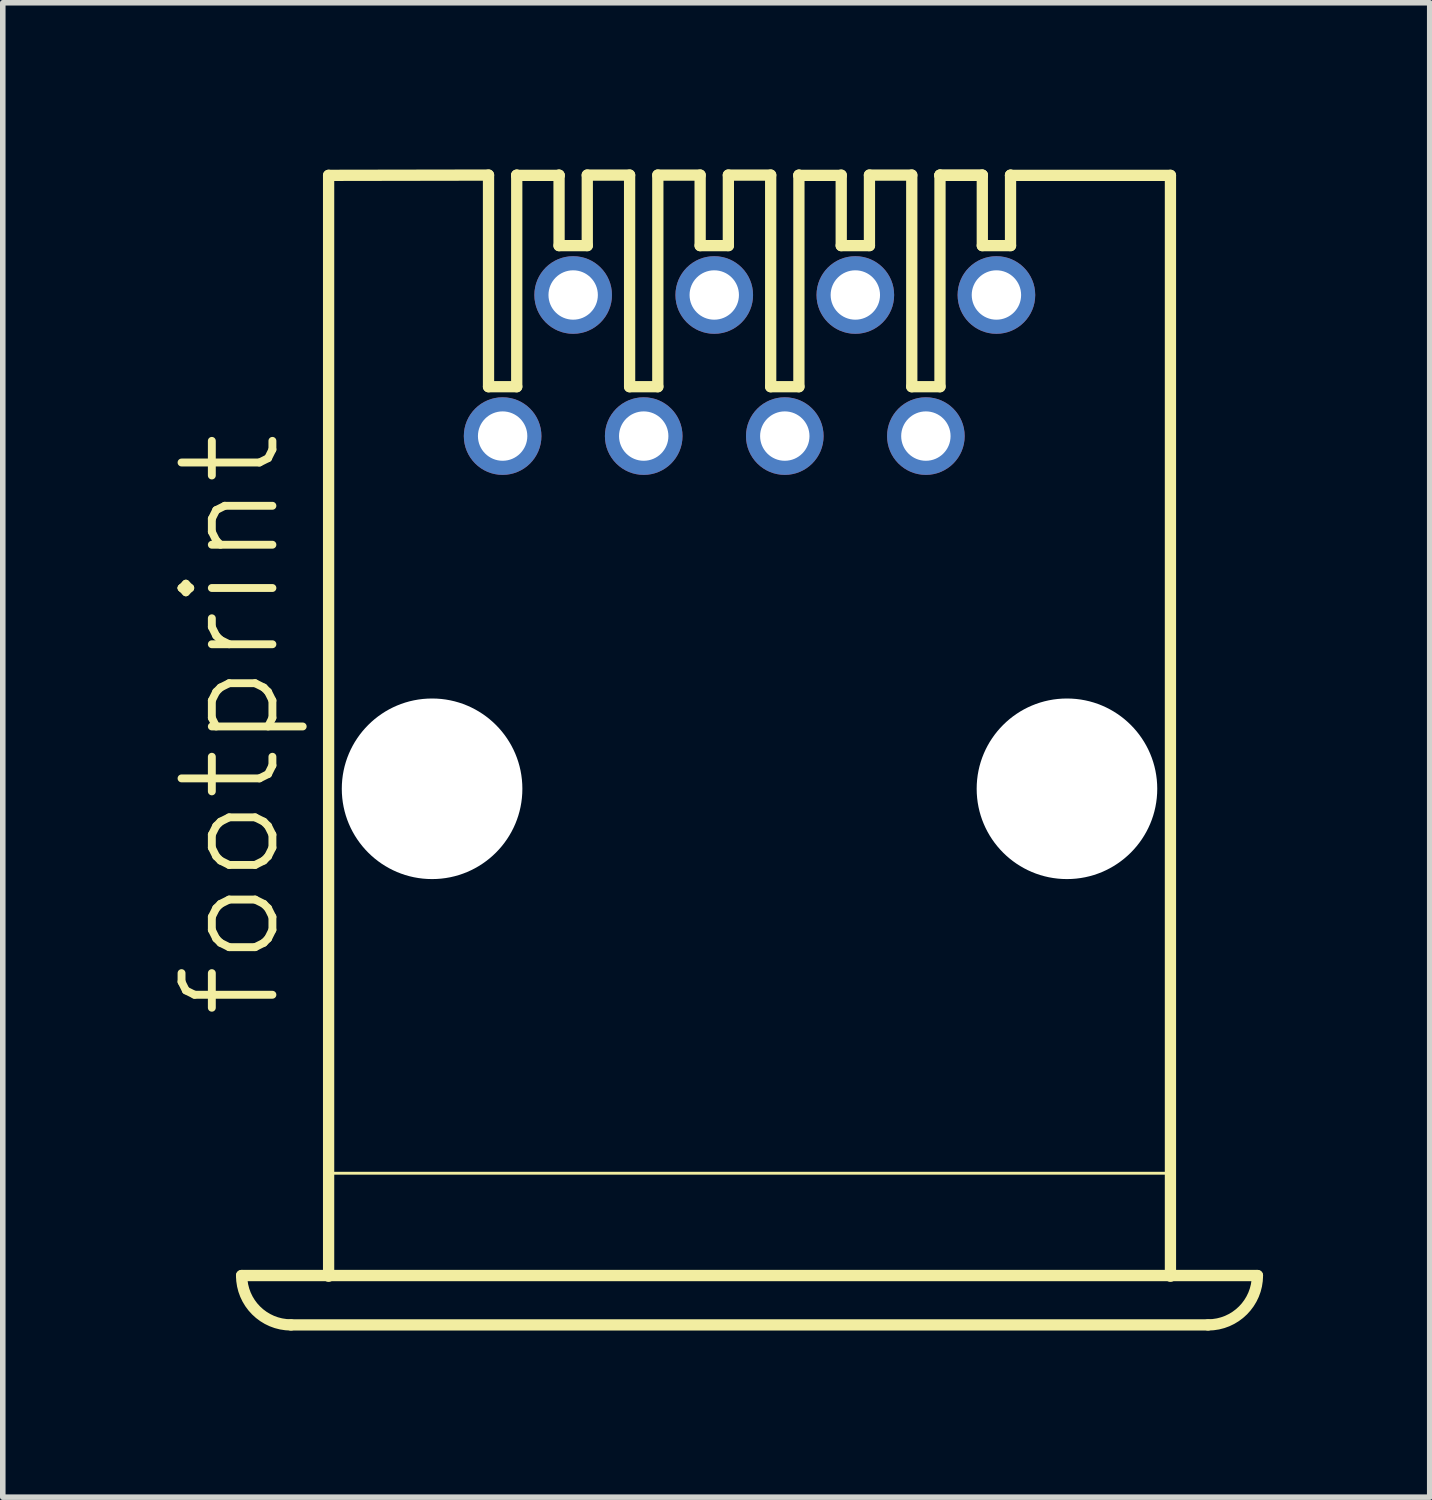
<source format=kicad_pcb>
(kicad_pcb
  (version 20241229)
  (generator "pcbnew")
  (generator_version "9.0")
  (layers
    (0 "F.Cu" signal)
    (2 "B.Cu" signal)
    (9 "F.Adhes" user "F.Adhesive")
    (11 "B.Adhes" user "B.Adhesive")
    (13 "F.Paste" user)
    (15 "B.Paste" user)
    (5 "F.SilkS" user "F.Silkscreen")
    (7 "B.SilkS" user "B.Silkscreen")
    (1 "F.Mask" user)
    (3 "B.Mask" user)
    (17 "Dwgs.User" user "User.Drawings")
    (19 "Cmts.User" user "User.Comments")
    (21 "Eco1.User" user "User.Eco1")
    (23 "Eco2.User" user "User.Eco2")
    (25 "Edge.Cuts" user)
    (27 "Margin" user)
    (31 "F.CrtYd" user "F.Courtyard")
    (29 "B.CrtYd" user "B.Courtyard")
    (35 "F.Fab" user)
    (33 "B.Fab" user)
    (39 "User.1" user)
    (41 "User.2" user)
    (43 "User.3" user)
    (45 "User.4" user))
  (footprint "footprint"
    (layer "F.Cu")
    (at 10.444 11.151)
    (property "Reference" "footprint" (at -8.382 4.191 90) (layer "F.SilkS") (effects (font (size 1.636 1.636) (thickness 0.142)) (justify left bottom)))
    (fp_line (start -7.578 -11.044) (end -4.699 -11.049) (stroke (width 0.203) (type solid)) (layer "F.SilkS"))
    (fp_line (start -7.578 8.776) (end -7.578 -11.044) (stroke (width 0.203) (type solid)) (layer "F.SilkS"))
    (fp_line (start -4.699 -11.049) (end -4.699 -7.239) (stroke (width 0.203) (type solid)) (layer "F.SilkS"))
    (fp_line (start -4.699 -7.239) (end -4.191 -7.239) (stroke (width 0.203) (type solid)) (layer "F.SilkS"))
    (fp_line (start -4.191 -11.049) (end -4.191 -11.044) (stroke (width 0.203) (type solid)) (layer "F.SilkS"))
    (fp_line (start -4.191 -11.044) (end -4.191 -7.239) (stroke (width 0.203) (type solid)) (layer "F.SilkS"))
    (fp_line (start -4.191 -11.044) (end -3.429 -11.044) (stroke (width 0.203) (type solid)) (layer "F.SilkS"))
    (fp_line (start -3.429 -11.049) (end -3.429 -11.044) (stroke (width 0.203) (type solid)) (layer "F.SilkS"))
    (fp_line (start -3.429 -11.044) (end -3.429 -9.779) (stroke (width 0.203) (type solid)) (layer "F.SilkS"))
    (fp_line (start -3.429 -9.779) (end -2.921 -9.779) (stroke (width 0.203) (type solid)) (layer "F.SilkS"))
    (fp_line (start -2.921 -11.049) (end -2.921 -9.779) (stroke (width 0.203) (type solid)) (layer "F.SilkS"))
    (fp_line (start -2.921 -11.049) (end -2.159 -11.049) (stroke (width 0.203) (type solid)) (layer "F.SilkS"))
    (fp_line (start -2.159 -11.049) (end -2.159 -7.239) (stroke (width 0.203) (type solid)) (layer "F.SilkS"))
    (fp_line (start -2.159 -7.239) (end -1.651 -7.239) (stroke (width 0.203) (type solid)) (layer "F.SilkS"))
    (fp_line (start -1.651 -11.049) (end -1.651 -7.239) (stroke (width 0.203) (type solid)) (layer "F.SilkS"))
    (fp_line (start -1.651 -11.049) (end -0.889 -11.049) (stroke (width 0.203) (type solid)) (layer "F.SilkS"))
    (fp_line (start -0.889 -11.049) (end -0.889 -9.779) (stroke (width 0.203) (type solid)) (layer "F.SilkS"))
    (fp_line (start -0.889 -9.779) (end -0.381 -9.779) (stroke (width 0.203) (type solid)) (layer "F.SilkS"))
    (fp_line (start -0.381 -11.049) (end -0.381 -9.779) (stroke (width 0.203) (type solid)) (layer "F.SilkS"))
    (fp_line (start -0.381 -11.049) (end 0.381 -11.049) (stroke (width 0.203) (type solid)) (layer "F.SilkS"))
    (fp_line (start 0.381 -11.049) (end 0.381 -7.239) (stroke (width 0.203) (type solid)) (layer "F.SilkS"))
    (fp_line (start 0.381 -7.239) (end 0.889 -7.239) (stroke (width 0.203) (type solid)) (layer "F.SilkS"))
    (fp_line (start 0.889 -11.049) (end 0.889 -11.044) (stroke (width 0.203) (type solid)) (layer "F.SilkS"))
    (fp_line (start 0.889 -11.044) (end 0.889 -7.239) (stroke (width 0.203) (type solid)) (layer "F.SilkS"))
    (fp_line (start 0.889 -11.044) (end 1.651 -11.044) (stroke (width 0.203) (type solid)) (layer "F.SilkS"))
    (fp_line (start 1.651 -11.049) (end 1.651 -9.779) (stroke (width 0.203) (type solid)) (layer "F.SilkS"))
    (fp_line (start 1.651 -9.779) (end 2.159 -9.779) (stroke (width 0.203) (type solid)) (layer "F.SilkS"))
    (fp_line (start 2.159 -11.049) (end 2.159 -9.779) (stroke (width 0.203) (type solid)) (layer "F.SilkS"))
    (fp_line (start 2.159 -11.049) (end 2.921 -11.049) (stroke (width 0.203) (type solid)) (layer "F.SilkS"))
    (fp_line (start 2.921 -11.049) (end 2.921 -7.239) (stroke (width 0.203) (type solid)) (layer "F.SilkS"))
    (fp_line (start 2.921 -7.239) (end 3.429 -7.239) (stroke (width 0.203) (type solid)) (layer "F.SilkS"))
    (fp_line (start 3.429 -11.049) (end 3.429 -11.044) (stroke (width 0.203) (type solid)) (layer "F.SilkS"))
    (fp_line (start 3.429 -11.049) (end 4.191 -11.049) (stroke (width 0.203) (type solid)) (layer "F.SilkS"))
    (fp_line (start 3.429 -11.044) (end 3.429 -7.239) (stroke (width 0.203) (type solid)) (layer "F.SilkS"))
    (fp_line (start 3.429 -11.044) (end 4.191 -11.044) (stroke (width 0.203) (type solid)) (layer "F.SilkS"))
    (fp_line (start 4.191 -11.049) (end 4.191 -9.779) (stroke (width 0.203) (type solid)) (layer "F.SilkS"))
    (fp_line (start 4.191 -9.779) (end 4.699 -9.779) (stroke (width 0.203) (type solid)) (layer "F.SilkS"))
    (fp_line (start 4.699 -11.049) (end 4.699 -11.044) (stroke (width 0.203) (type solid)) (layer "F.SilkS"))
    (fp_line (start 4.699 -11.044) (end 4.699 -9.779) (stroke (width 0.203) (type solid)) (layer "F.SilkS"))
    (fp_line (start 4.699 -11.044) (end 7.578 -11.044) (stroke (width 0.203) (type solid)) (layer "F.SilkS"))
    (fp_line (start 7.556 6.921) (end -7.556 6.921) (stroke (width 0.051) (type solid)) (layer "F.SilkS"))
    (fp_line (start 7.578 -11.044) (end 7.578 8.776) (stroke (width 0.203) (type solid)) (layer "F.SilkS"))
    (fp_line (start 8.255 9.652) (end -8.255 9.652) (stroke (width 0.203) (type solid)) (layer "F.SilkS"))
    (fp_line (start 9.144 8.763) (end -9.144 8.763) (stroke (width 0.203) (type solid)) (layer "F.SilkS"))
    (fp_arc (start -8.255 9.652) (mid -8.883618 9.391618) (end -9.144 8.763) (stroke (width 0.2032) (type solid)) (layer "F.SilkS"))
    (fp_arc (start 9.144 8.763) (mid 8.883618 9.391618) (end 8.255 9.652) (stroke (width 0.2032) (type solid)) (layer "F.SilkS"))
    (pad "" np_thru_hole circle (at -5.715 0) (size 3.251 3.251) (drill 3.251) (layers "*.Cu" "*.Mask"))
    (pad "" np_thru_hole circle (at 5.715 0) (size 3.251 3.251) (drill 3.251) (layers "*.Cu" "*.Mask"))
    (pad "1" thru_hole circle (at -4.445 -6.35) (size 1.397 1.397) (drill 0.889) (layers "*.Cu" "*.Mask"))
    (pad "2" thru_hole circle (at -3.175 -8.89) (size 1.397 1.397) (drill 0.889) (layers "*.Cu" "*.Mask"))
    (pad "3" thru_hole circle (at -1.905 -6.35) (size 1.397 1.397) (drill 0.889) (layers "*.Cu" "*.Mask"))
    (pad "4" thru_hole circle (at -0.635 -8.89) (size 1.397 1.397) (drill 0.889) (layers "*.Cu" "*.Mask"))
    (pad "5" thru_hole circle (at 0.635 -6.35) (size 1.397 1.397) (drill 0.889) (layers "*.Cu" "*.Mask"))
    (pad "6" thru_hole circle (at 1.905 -8.89) (size 1.397 1.397) (drill 0.889) (layers "*.Cu" "*.Mask"))
    (pad "7" thru_hole circle (at 3.175 -6.35) (size 1.397 1.397) (drill 0.889) (layers "*.Cu" "*.Mask"))
    (pad "8" thru_hole circle (at 4.445 -8.89) (size 1.397 1.397) (drill 0.889) (layers "*.Cu" "*.Mask")))
  (gr_rect
    (start -3 -3)
    (end 22.69 23.904)
    (stroke (width 0.1) (type default))
    (fill no)
    (layer "Edge.Cuts")))
</source>
